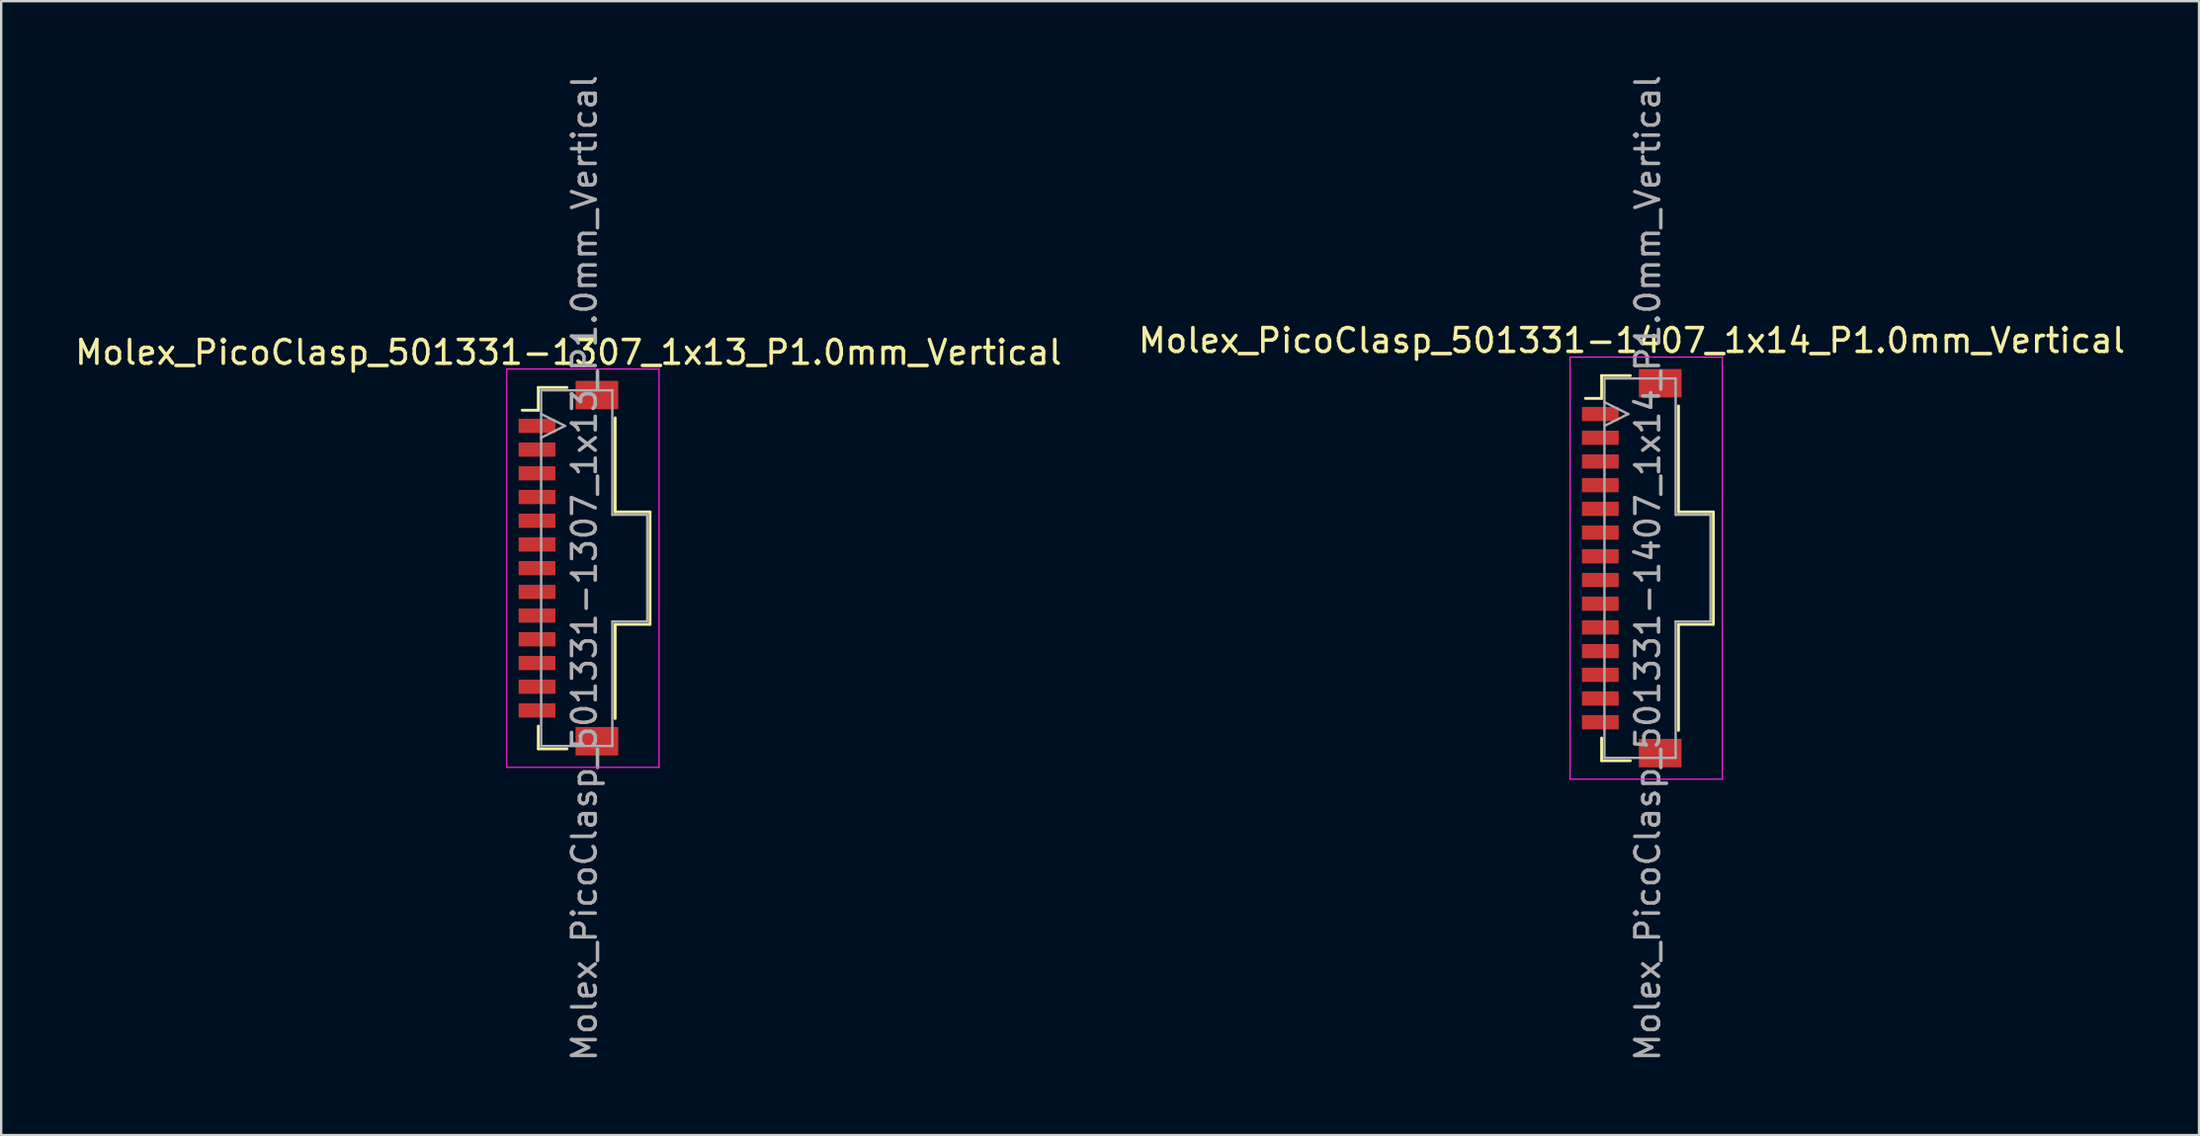
<source format=kicad_pcb>
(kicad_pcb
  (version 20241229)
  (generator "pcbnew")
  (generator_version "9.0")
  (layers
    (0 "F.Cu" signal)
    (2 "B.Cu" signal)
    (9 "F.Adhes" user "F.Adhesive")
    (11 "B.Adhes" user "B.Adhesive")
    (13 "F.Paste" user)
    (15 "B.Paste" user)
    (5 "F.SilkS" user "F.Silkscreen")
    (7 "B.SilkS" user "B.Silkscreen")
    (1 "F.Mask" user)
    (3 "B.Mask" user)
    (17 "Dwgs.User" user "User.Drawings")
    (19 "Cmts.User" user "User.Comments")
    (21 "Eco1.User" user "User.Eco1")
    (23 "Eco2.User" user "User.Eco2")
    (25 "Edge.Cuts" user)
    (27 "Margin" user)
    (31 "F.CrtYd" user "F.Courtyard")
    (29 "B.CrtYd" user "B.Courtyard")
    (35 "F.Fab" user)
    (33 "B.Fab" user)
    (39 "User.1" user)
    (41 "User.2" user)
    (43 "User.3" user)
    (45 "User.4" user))
  (footprint "Molex_PicoClasp_501331-1307_1x13_P1.0mm_Vertical"
    (layer "F.Cu")
    (at 20.911 20.911)
    (property "Reference" "Molex_PicoClasp_501331-1307_1x13_P1.0mm_Vertical" (at 0 -9.1 0) (layer "F.SilkS") (effects (font (size 1 1) (thickness 0.15))))
    (attr smd)
    (fp_line (start -1.95 -6.66) (end -1.27 -6.66) (stroke (width 0.12) (type solid)) (layer "F.SilkS"))
    (fp_line (start -1.27 -7.62) (end -0.06 -7.62) (stroke (width 0.12) (type solid)) (layer "F.SilkS"))
    (fp_line (start -1.27 -6.66) (end -1.27 -7.62) (stroke (width 0.12) (type solid)) (layer "F.SilkS"))
    (fp_line (start -1.27 6.66) (end -1.27 7.62) (stroke (width 0.12) (type solid)) (layer "F.SilkS"))
    (fp_line (start -1.27 7.62) (end -0.06 7.62) (stroke (width 0.12) (type solid)) (layer "F.SilkS"))
    (fp_line (start 1.97 -6.34) (end 1.97 -2.37) (stroke (width 0.12) (type solid)) (layer "F.SilkS"))
    (fp_line (start 1.97 -2.37) (end 3.44 -2.37) (stroke (width 0.12) (type solid)) (layer "F.SilkS"))
    (fp_line (start 1.97 2.37) (end 1.97 6.34) (stroke (width 0.12) (type solid)) (layer "F.SilkS"))
    (fp_line (start 3.44 -2.37) (end 3.44 2.37) (stroke (width 0.12) (type solid)) (layer "F.SilkS"))
    (fp_line (start 3.44 2.37) (end 1.97 2.37) (stroke (width 0.12) (type solid)) (layer "F.SilkS"))
    (fp_line (start -2.6 -8.4) (end -2.6 8.4) (stroke (width 0.05) (type solid)) (layer "F.CrtYd"))
    (fp_line (start -2.6 8.4) (end 3.82 8.4) (stroke (width 0.05) (type solid)) (layer "F.CrtYd"))
    (fp_line (start 3.82 -8.4) (end -2.6 -8.4) (stroke (width 0.05) (type solid)) (layer "F.CrtYd"))
    (fp_line (start 3.82 8.4) (end 3.82 -8.4) (stroke (width 0.05) (type solid)) (layer "F.CrtYd"))
    (fp_line (start -1.15 -7.5) (end 1.85 -7.5) (stroke (width 0.1) (type solid)) (layer "F.Fab"))
    (fp_line (start -1.15 -5.5) (end -0.15 -6) (stroke (width 0.1) (type solid)) (layer "F.Fab"))
    (fp_line (start -1.15 7.5) (end -1.15 -7.5) (stroke (width 0.1) (type solid)) (layer "F.Fab"))
    (fp_line (start -0.15 -6) (end -1.15 -6.5) (stroke (width 0.1) (type solid)) (layer "F.Fab"))
    (fp_line (start 1.85 -7.5) (end 1.85 -2.25) (stroke (width 0.1) (type solid)) (layer "F.Fab"))
    (fp_line (start 1.85 -2.25) (end 3.32 -2.25) (stroke (width 0.1) (type solid)) (layer "F.Fab"))
    (fp_line (start 1.85 2.25) (end 1.85 7.5) (stroke (width 0.1) (type solid)) (layer "F.Fab"))
    (fp_line (start 1.85 7.5) (end -1.15 7.5) (stroke (width 0.1) (type solid)) (layer "F.Fab"))
    (fp_line (start 3.32 -2.25) (end 3.32 2.25) (stroke (width 0.1) (type solid)) (layer "F.Fab"))
    (fp_line (start 3.32 2.25) (end 1.85 2.25) (stroke (width 0.1) (type solid)) (layer "F.Fab"))
    (fp_text user "${REFERENCE}" (at 0.675 0 90) (layer "F.Fab") (effects (font (size 1 1) (thickness 0.15))))
    (pad "" smd rect (at 1.2 -7.3) (size 1.8 1.2) (layers "F.Cu" "F.Mask" "F.Paste"))
    (pad "" smd rect (at 1.2 7.3) (size 1.8 1.2) (layers "F.Cu" "F.Mask" "F.Paste"))
    (pad "1" smd rect (at -1.325 -6) (size 1.55 0.6) (layers "F.Cu" "F.Mask" "F.Paste"))
    (pad "2" smd rect (at -1.325 -5) (size 1.55 0.6) (layers "F.Cu" "F.Mask" "F.Paste"))
    (pad "3" smd rect (at -1.325 -4) (size 1.55 0.6) (layers "F.Cu" "F.Mask" "F.Paste"))
    (pad "4" smd rect (at -1.325 -3) (size 1.55 0.6) (layers "F.Cu" "F.Mask" "F.Paste"))
    (pad "5" smd rect (at -1.325 -2) (size 1.55 0.6) (layers "F.Cu" "F.Mask" "F.Paste"))
    (pad "6" smd rect (at -1.325 -1) (size 1.55 0.6) (layers "F.Cu" "F.Mask" "F.Paste"))
    (pad "7" smd rect (at -1.325 0) (size 1.55 0.6) (layers "F.Cu" "F.Mask" "F.Paste"))
    (pad "8" smd rect (at -1.325 1) (size 1.55 0.6) (layers "F.Cu" "F.Mask" "F.Paste"))
    (pad "9" smd rect (at -1.325 2) (size 1.55 0.6) (layers "F.Cu" "F.Mask" "F.Paste"))
    (pad "10" smd rect (at -1.325 3) (size 1.55 0.6) (layers "F.Cu" "F.Mask" "F.Paste"))
    (pad "11" smd rect (at -1.325 4) (size 1.55 0.6) (layers "F.Cu" "F.Mask" "F.Paste"))
    (pad "12" smd rect (at -1.325 5) (size 1.55 0.6) (layers "F.Cu" "F.Mask" "F.Paste"))
    (pad "13" smd rect (at -1.325 6) (size 1.55 0.6) (layers "F.Cu" "F.Mask" "F.Paste")))
  (footprint "Molex_PicoClasp_501331-1407_1x14_P1.0mm_Vertical"
    (layer "F.Cu")
    (at 65.732 20.911)
    (property "Reference" "Molex_PicoClasp_501331-1407_1x14_P1.0mm_Vertical" (at 0 -9.6 0) (layer "F.SilkS") (effects (font (size 1 1) (thickness 0.15))))
    (attr smd)
    (fp_line (start -1.95 -7.16) (end -1.27 -7.16) (stroke (width 0.12) (type solid)) (layer "F.SilkS"))
    (fp_line (start -1.27 -8.12) (end -0.06 -8.12) (stroke (width 0.12) (type solid)) (layer "F.SilkS"))
    (fp_line (start -1.27 -7.16) (end -1.27 -8.12) (stroke (width 0.12) (type solid)) (layer "F.SilkS"))
    (fp_line (start -1.27 7.16) (end -1.27 8.12) (stroke (width 0.12) (type solid)) (layer "F.SilkS"))
    (fp_line (start -1.27 8.12) (end -0.06 8.12) (stroke (width 0.12) (type solid)) (layer "F.SilkS"))
    (fp_line (start 1.97 -6.84) (end 1.97 -2.37) (stroke (width 0.12) (type solid)) (layer "F.SilkS"))
    (fp_line (start 1.97 -2.37) (end 3.44 -2.37) (stroke (width 0.12) (type solid)) (layer "F.SilkS"))
    (fp_line (start 1.97 2.37) (end 1.97 6.84) (stroke (width 0.12) (type solid)) (layer "F.SilkS"))
    (fp_line (start 3.44 -2.37) (end 3.44 2.37) (stroke (width 0.12) (type solid)) (layer "F.SilkS"))
    (fp_line (start 3.44 2.37) (end 1.97 2.37) (stroke (width 0.12) (type solid)) (layer "F.SilkS"))
    (fp_line (start -2.6 -8.9) (end -2.6 8.9) (stroke (width 0.05) (type solid)) (layer "F.CrtYd"))
    (fp_line (start -2.6 8.9) (end 3.82 8.9) (stroke (width 0.05) (type solid)) (layer "F.CrtYd"))
    (fp_line (start 3.82 -8.9) (end -2.6 -8.9) (stroke (width 0.05) (type solid)) (layer "F.CrtYd"))
    (fp_line (start 3.82 8.9) (end 3.82 -8.9) (stroke (width 0.05) (type solid)) (layer "F.CrtYd"))
    (fp_line (start -1.15 -8) (end 1.85 -8) (stroke (width 0.1) (type solid)) (layer "F.Fab"))
    (fp_line (start -1.15 -6) (end -0.15 -6.5) (stroke (width 0.1) (type solid)) (layer "F.Fab"))
    (fp_line (start -1.15 8) (end -1.15 -8) (stroke (width 0.1) (type solid)) (layer "F.Fab"))
    (fp_line (start -0.15 -6.5) (end -1.15 -7) (stroke (width 0.1) (type solid)) (layer "F.Fab"))
    (fp_line (start 1.85 -8) (end 1.85 -2.25) (stroke (width 0.1) (type solid)) (layer "F.Fab"))
    (fp_line (start 1.85 -2.25) (end 3.32 -2.25) (stroke (width 0.1) (type solid)) (layer "F.Fab"))
    (fp_line (start 1.85 2.25) (end 1.85 8) (stroke (width 0.1) (type solid)) (layer "F.Fab"))
    (fp_line (start 1.85 8) (end -1.15 8) (stroke (width 0.1) (type solid)) (layer "F.Fab"))
    (fp_line (start 3.32 -2.25) (end 3.32 2.25) (stroke (width 0.1) (type solid)) (layer "F.Fab"))
    (fp_line (start 3.32 2.25) (end 1.85 2.25) (stroke (width 0.1) (type solid)) (layer "F.Fab"))
    (fp_text user "${REFERENCE}" (at 0.675 0 90) (layer "F.Fab") (effects (font (size 1 1) (thickness 0.15))))
    (pad "" smd rect (at 1.2 -7.8) (size 1.8 1.2) (layers "F.Cu" "F.Mask" "F.Paste"))
    (pad "" smd rect (at 1.2 7.8) (size 1.8 1.2) (layers "F.Cu" "F.Mask" "F.Paste"))
    (pad "1" smd rect (at -1.325 -6.5) (size 1.55 0.6) (layers "F.Cu" "F.Mask" "F.Paste"))
    (pad "2" smd rect (at -1.325 -5.5) (size 1.55 0.6) (layers "F.Cu" "F.Mask" "F.Paste"))
    (pad "3" smd rect (at -1.325 -4.5) (size 1.55 0.6) (layers "F.Cu" "F.Mask" "F.Paste"))
    (pad "4" smd rect (at -1.325 -3.5) (size 1.55 0.6) (layers "F.Cu" "F.Mask" "F.Paste"))
    (pad "5" smd rect (at -1.325 -2.5) (size 1.55 0.6) (layers "F.Cu" "F.Mask" "F.Paste"))
    (pad "6" smd rect (at -1.325 -1.5) (size 1.55 0.6) (layers "F.Cu" "F.Mask" "F.Paste"))
    (pad "7" smd rect (at -1.325 -0.5) (size 1.55 0.6) (layers "F.Cu" "F.Mask" "F.Paste"))
    (pad "8" smd rect (at -1.325 0.5) (size 1.55 0.6) (layers "F.Cu" "F.Mask" "F.Paste"))
    (pad "9" smd rect (at -1.325 1.5) (size 1.55 0.6) (layers "F.Cu" "F.Mask" "F.Paste"))
    (pad "10" smd rect (at -1.325 2.5) (size 1.55 0.6) (layers "F.Cu" "F.Mask" "F.Paste"))
    (pad "11" smd rect (at -1.325 3.5) (size 1.55 0.6) (layers "F.Cu" "F.Mask" "F.Paste"))
    (pad "12" smd rect (at -1.325 4.5) (size 1.55 0.6) (layers "F.Cu" "F.Mask" "F.Paste"))
    (pad "13" smd rect (at -1.325 5.5) (size 1.55 0.6) (layers "F.Cu" "F.Mask" "F.Paste"))
    (pad "14" smd rect (at -1.325 6.5) (size 1.55 0.6) (layers "F.Cu" "F.Mask" "F.Paste")))
  (gr_rect
    (start -3 -3)
    (end 89.643 44.821)
    (stroke (width 0.1) (type default))
    (fill no)
    (layer "Edge.Cuts")))
</source>
